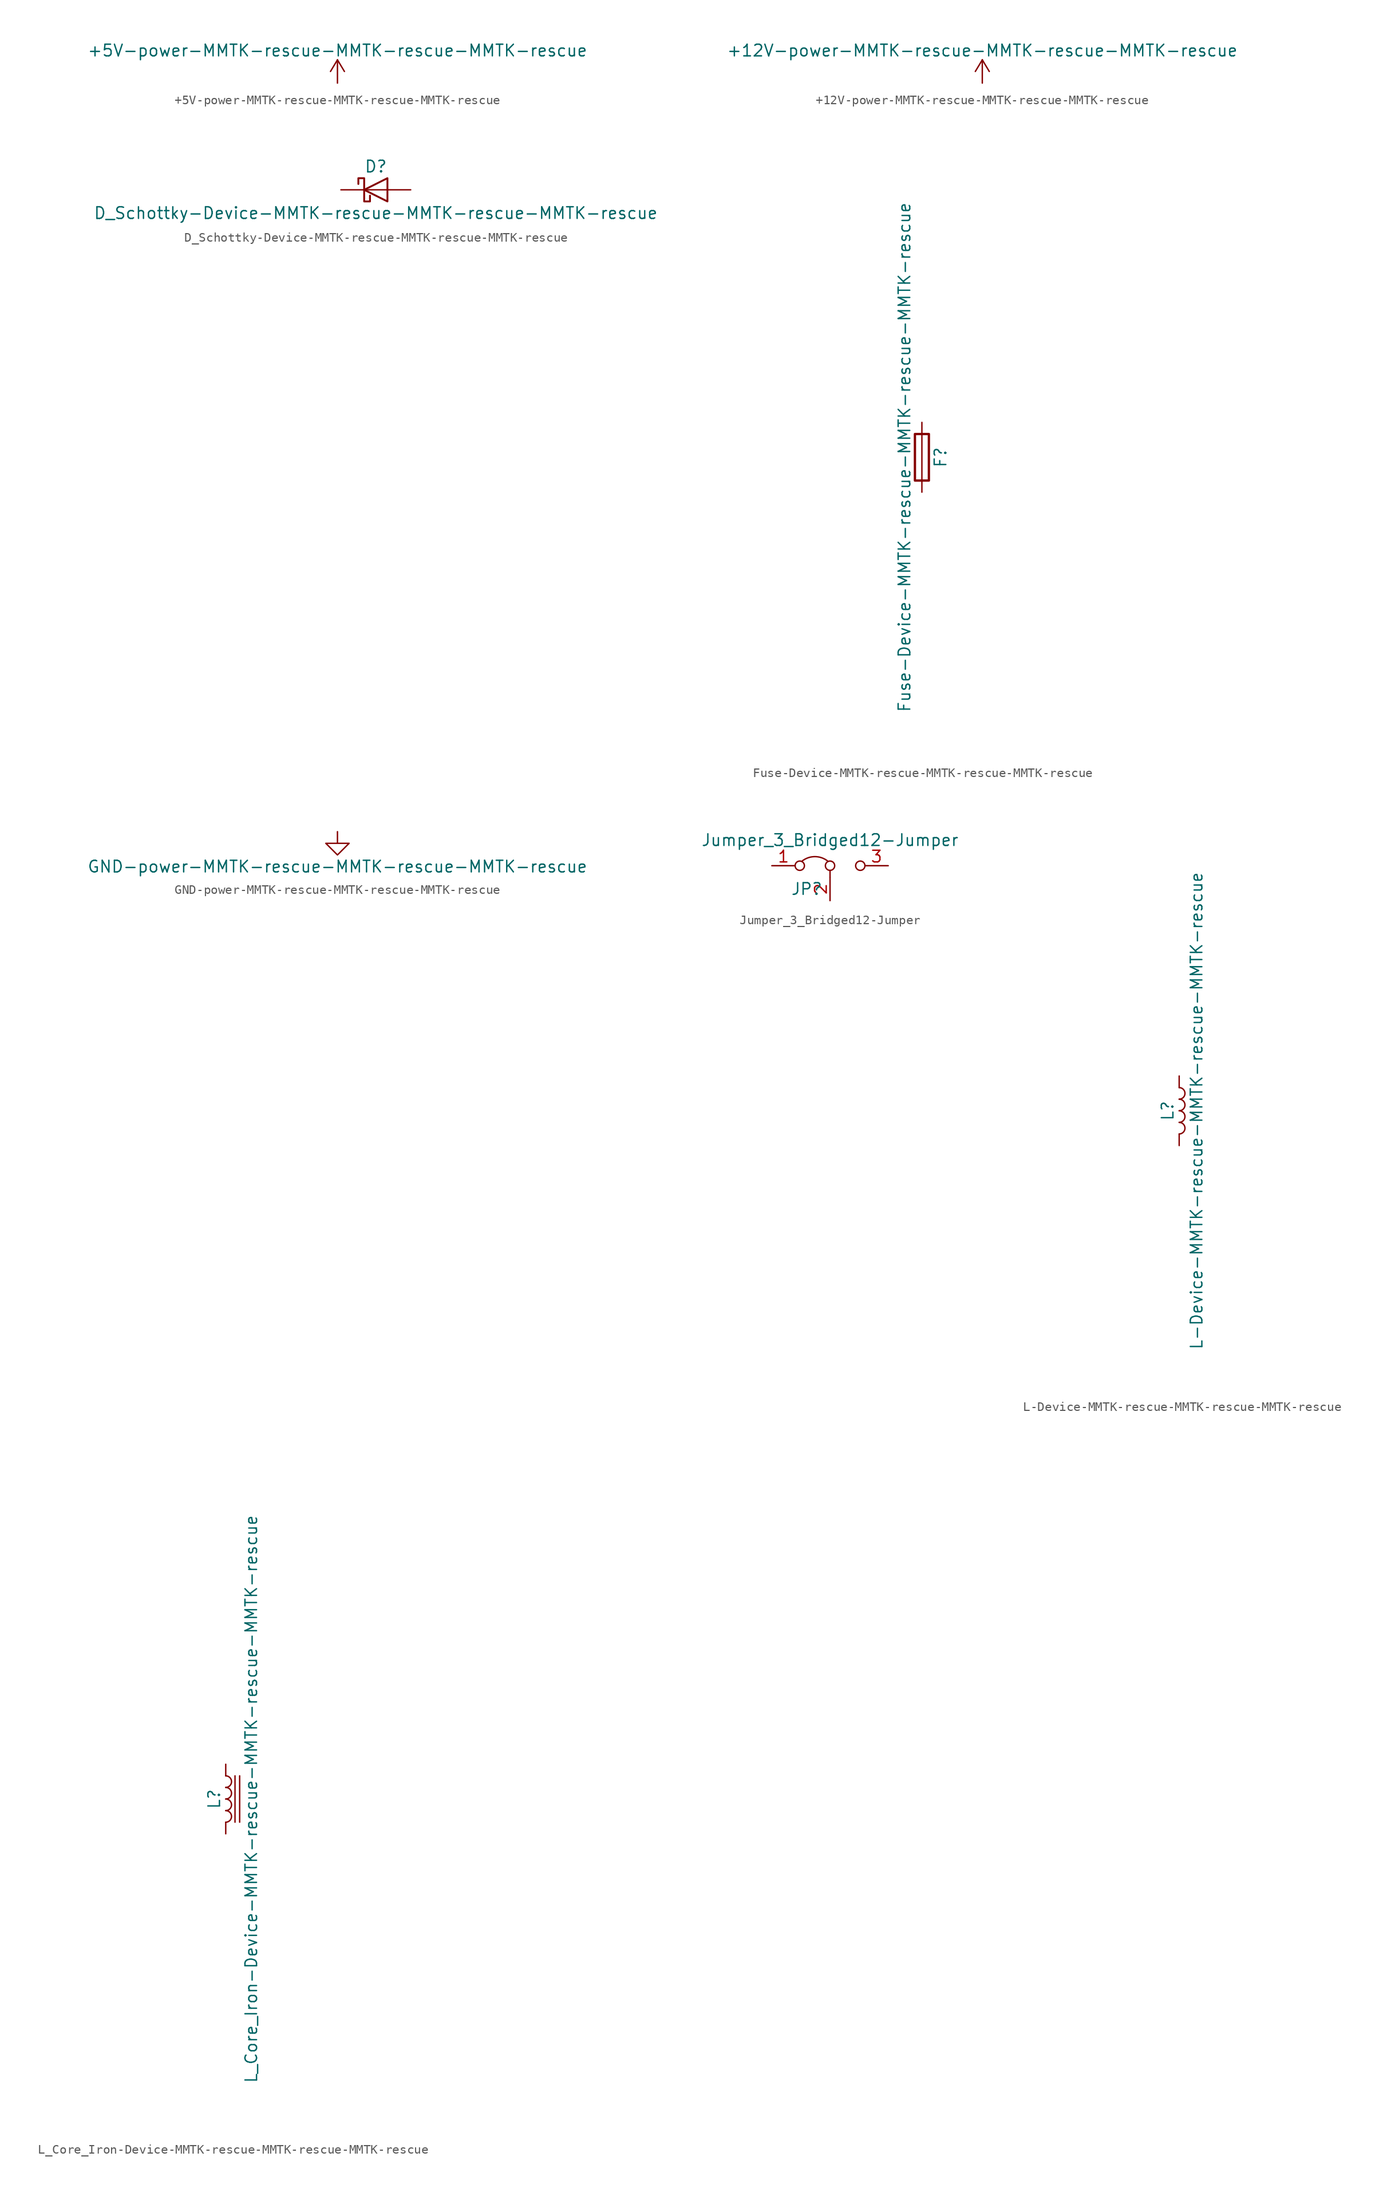
<source format=kicad_sym>
(kicad_symbol_lib
  (version 20211014)
  (generator kicad_symbol_editor)
  (symbol "+5V-power-MMTK-rescue-MMTK-rescue-MMTK-rescue"
    (power)
    (pin_names
      (offset 0))
    (property "Reference" "#PWR"
      (at 0 -3.81 0)
      (effects (font (size 1.27 1.27)) hide))
    (property "Value" "+5V-power-MMTK-rescue-MMTK-rescue-MMTK-rescue"
      (at 0 3.556 0)
      (effects (font (size 1.27 1.27))))
    (symbol "+5V-power-MMTK-rescue-MMTK-rescue-MMTK-rescue_0_1"
      (polyline (pts (xy -0.762 1.27) (xy 0 2.54)) (stroke (width 0) (type default) (color 0 0 0 0)) (fill (type none)))
      (polyline (pts (xy 0 0) (xy 0 2.54)) (stroke (width 0) (type default) (color 0 0 0 0)) (fill (type none)))
      (polyline (pts (xy 0 2.54) (xy 0.762 1.27)) (stroke (width 0) (type default) (color 0 0 0 0)) (fill (type none))))
    (symbol "+5V-power-MMTK-rescue-MMTK-rescue-MMTK-rescue_1_1"
      (pin power_in line (at 0 0 90) (length 0) hide (name "+5V" (effects (font (size 1.27 1.27)))) (number "1" (effects (font (size 1.27 1.27)))))))
  (symbol "+12V-power-MMTK-rescue-MMTK-rescue-MMTK-rescue"
    (power)
    (pin_names
      (offset 0))
    (property "Reference" "#PWR"
      (at 0 -3.81 0)
      (effects (font (size 1.27 1.27)) hide))
    (property "Value" "+12V-power-MMTK-rescue-MMTK-rescue-MMTK-rescue"
      (at 0 3.556 0)
      (effects (font (size 1.27 1.27))))
    (symbol "+12V-power-MMTK-rescue-MMTK-rescue-MMTK-rescue_0_1"
      (polyline (pts (xy -0.762 1.27) (xy 0 2.54)) (stroke (width 0) (type default) (color 0 0 0 0)) (fill (type none)))
      (polyline (pts (xy 0 0) (xy 0 2.54)) (stroke (width 0) (type default) (color 0 0 0 0)) (fill (type none)))
      (polyline (pts (xy 0 2.54) (xy 0.762 1.27)) (stroke (width 0) (type default) (color 0 0 0 0)) (fill (type none))))
    (symbol "+12V-power-MMTK-rescue-MMTK-rescue-MMTK-rescue_1_1"
      (pin power_in line (at 0 0 90) (length 0) hide (name "+12V" (effects (font (size 1.27 1.27)))) (number "1" (effects (font (size 1.27 1.27)))))))
  (symbol "D_Schottky-Device-MMTK-rescue-MMTK-rescue-MMTK-rescue"
    (pin_numbers hide)
    (pin_names
      (offset 1.016) hide)
    (property "Reference" "D"
      (at 0 2.54 0)
      (effects (font (size 1.27 1.27))))
    (property "Value" "D_Schottky-Device-MMTK-rescue-MMTK-rescue-MMTK-rescue"
      (at 0 -2.54 0)
      (effects (font (size 1.27 1.27))))
    (symbol "D_Schottky-Device-MMTK-rescue-MMTK-rescue-MMTK-rescue_0_1"
      (polyline (pts (xy 1.27 0) (xy -1.27 0)) (stroke (width 0) (type default) (color 0 0 0 0)) (fill (type none)))
      (polyline (pts (xy 1.27 1.27) (xy 1.27 -1.27) (xy -1.27 0) (xy 1.27 1.27)) (stroke (width 0.203) (type default) (color 0 0 0 0)) (fill (type none)))
      (polyline (pts (xy -1.905 0.635) (xy -1.905 1.27) (xy -1.27 1.27) (xy -1.27 -1.27) (xy -0.635 -1.27) (xy -0.635 -0.635)) (stroke (width 0.203) (type default) (color 0 0 0 0)) (fill (type none))))
    (symbol "D_Schottky-Device-MMTK-rescue-MMTK-rescue-MMTK-rescue_1_1"
      (pin passive line (at -3.81 0 0) (length 2.54) (name "K" (effects (font (size 1.27 1.27)))) (number "1" (effects (font (size 1.27 1.27)))))
      (pin passive line (at 3.81 0 180) (length 2.54) (name "A" (effects (font (size 1.27 1.27)))) (number "2" (effects (font (size 1.27 1.27)))))))
  (symbol "Fuse-Device-MMTK-rescue-MMTK-rescue-MMTK-rescue"
    (pin_numbers hide)
    (pin_names
      (offset 0))
    (property "Reference" "F"
      (at 2.032 0 90)
      (effects (font (size 1.27 1.27))))
    (property "Value" "Fuse-Device-MMTK-rescue-MMTK-rescue-MMTK-rescue"
      (at -1.905 0 90)
      (effects (font (size 1.27 1.27))))
    (symbol "Fuse-Device-MMTK-rescue-MMTK-rescue-MMTK-rescue_0_1"
      (rectangle (start -0.762 -2.54) (end 0.762 2.54) (stroke (width 0.254) (type default) (color 0 0 0 0)) (fill (type none)))
      (polyline (pts (xy 0 2.54) (xy 0 -2.54)) (stroke (width 0) (type default) (color 0 0 0 0)) (fill (type none))))
    (symbol "Fuse-Device-MMTK-rescue-MMTK-rescue-MMTK-rescue_1_1"
      (pin passive line (at 0 3.81 270) (length 1.27) (name "~" (effects (font (size 1.27 1.27)))) (number "1" (effects (font (size 1.27 1.27)))))
      (pin passive line (at 0 -3.81 90) (length 1.27) (name "~" (effects (font (size 1.27 1.27)))) (number "2" (effects (font (size 1.27 1.27)))))))
  (symbol "GND-power-MMTK-rescue-MMTK-rescue-MMTK-rescue"
    (power)
    (pin_names
      (offset 0))
    (property "Reference" "#PWR"
      (at 0 -6.35 0)
      (effects (font (size 1.27 1.27)) hide))
    (property "Value" "GND-power-MMTK-rescue-MMTK-rescue-MMTK-rescue"
      (at 0 -3.81 0)
      (effects (font (size 1.27 1.27))))
    (symbol "GND-power-MMTK-rescue-MMTK-rescue-MMTK-rescue_0_1"
      (polyline (pts (xy 0 0) (xy 0 -1.27) (xy 1.27 -1.27) (xy 0 -2.54) (xy -1.27 -1.27) (xy 0 -1.27)) (stroke (width 0) (type default) (color 0 0 0 0)) (fill (type none))))
    (symbol "GND-power-MMTK-rescue-MMTK-rescue-MMTK-rescue_1_1"
      (pin power_in line (at 0 0 270) (length 0) hide (name "GND" (effects (font (size 1.27 1.27)))) (number "1" (effects (font (size 1.27 1.27)))))))
  (symbol "Jumper_3_Bridged12-Jumper"
    (pin_names
      (offset 0) hide)
    (property "Reference" "JP"
      (at -2.54 -2.54 0)
      (effects (font (size 1.27 1.27))))
    (property "Value" "Jumper_3_Bridged12-Jumper"
      (at 0 2.794 0)
      (effects (font (size 1.27 1.27))))
    (symbol "Jumper_3_Bridged12-Jumper_0_0"
      (circle (center -3.302 0) (radius 0.508) (stroke (width 0) (type default) (color 0 0 0 0)) (fill (type none)))
      (circle (center 0 0) (radius 0.508) (stroke (width 0) (type default) (color 0 0 0 0)) (fill (type none)))
      (circle (center 3.302 0) (radius 0.508) (stroke (width 0) (type default) (color 0 0 0 0)) (fill (type none))))
    (symbol "Jumper_3_Bridged12-Jumper_0_1"
      (arc (start -0.254 0.508) (mid -1.651 0.9912) (end -3.048 0.508) (stroke (width 0) (type default) (color 0 0 0 0)) (fill (type none)))
      (polyline (pts (xy 0 -1.27) (xy 0 -0.508)) (stroke (width 0) (type default) (color 0 0 0 0)) (fill (type none))))
    (symbol "Jumper_3_Bridged12-Jumper_1_1"
      (pin passive line (at -6.35 0 0) (length 2.54) (name "A" (effects (font (size 1.27 1.27)))) (number "1" (effects (font (size 1.27 1.27)))))
      (pin input line (at 0 -3.81 90) (length 2.54) (name "C" (effects (font (size 1.27 1.27)))) (number "2" (effects (font (size 1.27 1.27)))))
      (pin passive line (at 6.35 0 180) (length 2.54) (name "B" (effects (font (size 1.27 1.27)))) (number "3" (effects (font (size 1.27 1.27)))))))
  (symbol "L-Device-MMTK-rescue-MMTK-rescue-MMTK-rescue"
    (pin_numbers hide)
    (pin_names
      (offset 1.016) hide)
    (property "Reference" "L"
      (at -1.27 0 90)
      (effects (font (size 1.27 1.27))))
    (property "Value" "L-Device-MMTK-rescue-MMTK-rescue-MMTK-rescue"
      (at 1.905 0 90)
      (effects (font (size 1.27 1.27))))
    (symbol "L-Device-MMTK-rescue-MMTK-rescue-MMTK-rescue_0_1"
      (arc (start 0 -2.54) (mid 0.635 -1.905) (end 0 -1.27) (stroke (width 0) (type default) (color 0 0 0 0)) (fill (type none)))
      (arc (start 0 -1.27) (mid 0.635 -0.635) (end 0 0) (stroke (width 0) (type default) (color 0 0 0 0)) (fill (type none)))
      (arc (start 0 0) (mid 0.635 0.635) (end 0 1.27) (stroke (width 0) (type default) (color 0 0 0 0)) (fill (type none)))
      (arc (start 0 1.27) (mid 0.635 1.905) (end 0 2.54) (stroke (width 0) (type default) (color 0 0 0 0)) (fill (type none))))
    (symbol "L-Device-MMTK-rescue-MMTK-rescue-MMTK-rescue_1_1"
      (pin passive line (at 0 3.81 270) (length 1.27) (name "1" (effects (font (size 1.27 1.27)))) (number "1" (effects (font (size 1.27 1.27)))))
      (pin passive line (at 0 -3.81 90) (length 1.27) (name "2" (effects (font (size 1.27 1.27)))) (number "2" (effects (font (size 1.27 1.27)))))))
  (symbol "L_Core_Iron-Device-MMTK-rescue-MMTK-rescue-MMTK-rescue"
    (pin_numbers hide)
    (pin_names
      (offset 1.016) hide)
    (property "Reference" "L"
      (at -1.27 0 90)
      (effects (font (size 1.27 1.27))))
    (property "Value" "L_Core_Iron-Device-MMTK-rescue-MMTK-rescue-MMTK-rescue"
      (at 2.794 0 90)
      (effects (font (size 1.27 1.27))))
    (symbol "L_Core_Iron-Device-MMTK-rescue-MMTK-rescue-MMTK-rescue_0_1"
      (arc (start 0 -2.54) (mid 0.635 -1.905) (end 0 -1.27) (stroke (width 0) (type default) (color 0 0 0 0)) (fill (type none)))
      (arc (start 0 -1.27) (mid 0.635 -0.635) (end 0 0) (stroke (width 0) (type default) (color 0 0 0 0)) (fill (type none)))
      (polyline (pts (xy 1.016 2.54) (xy 1.016 -2.54)) (stroke (width 0) (type default) (color 0 0 0 0)) (fill (type none)))
      (polyline (pts (xy 1.524 -2.54) (xy 1.524 2.54)) (stroke (width 0) (type default) (color 0 0 0 0)) (fill (type none)))
      (arc (start 0 0) (mid 0.635 0.635) (end 0 1.27) (stroke (width 0) (type default) (color 0 0 0 0)) (fill (type none)))
      (arc (start 0 1.27) (mid 0.635 1.905) (end 0 2.54) (stroke (width 0) (type default) (color 0 0 0 0)) (fill (type none))))
    (symbol "L_Core_Iron-Device-MMTK-rescue-MMTK-rescue-MMTK-rescue_1_1"
      (pin passive line (at 0 3.81 270) (length 1.27) (name "1" (effects (font (size 1.27 1.27)))) (number "1" (effects (font (size 1.27 1.27)))))
      (pin passive line (at 0 -3.81 90) (length 1.27) (name "2" (effects (font (size 1.27 1.27)))) (number "2" (effects (font (size 1.27 1.27))))))))
</source>
